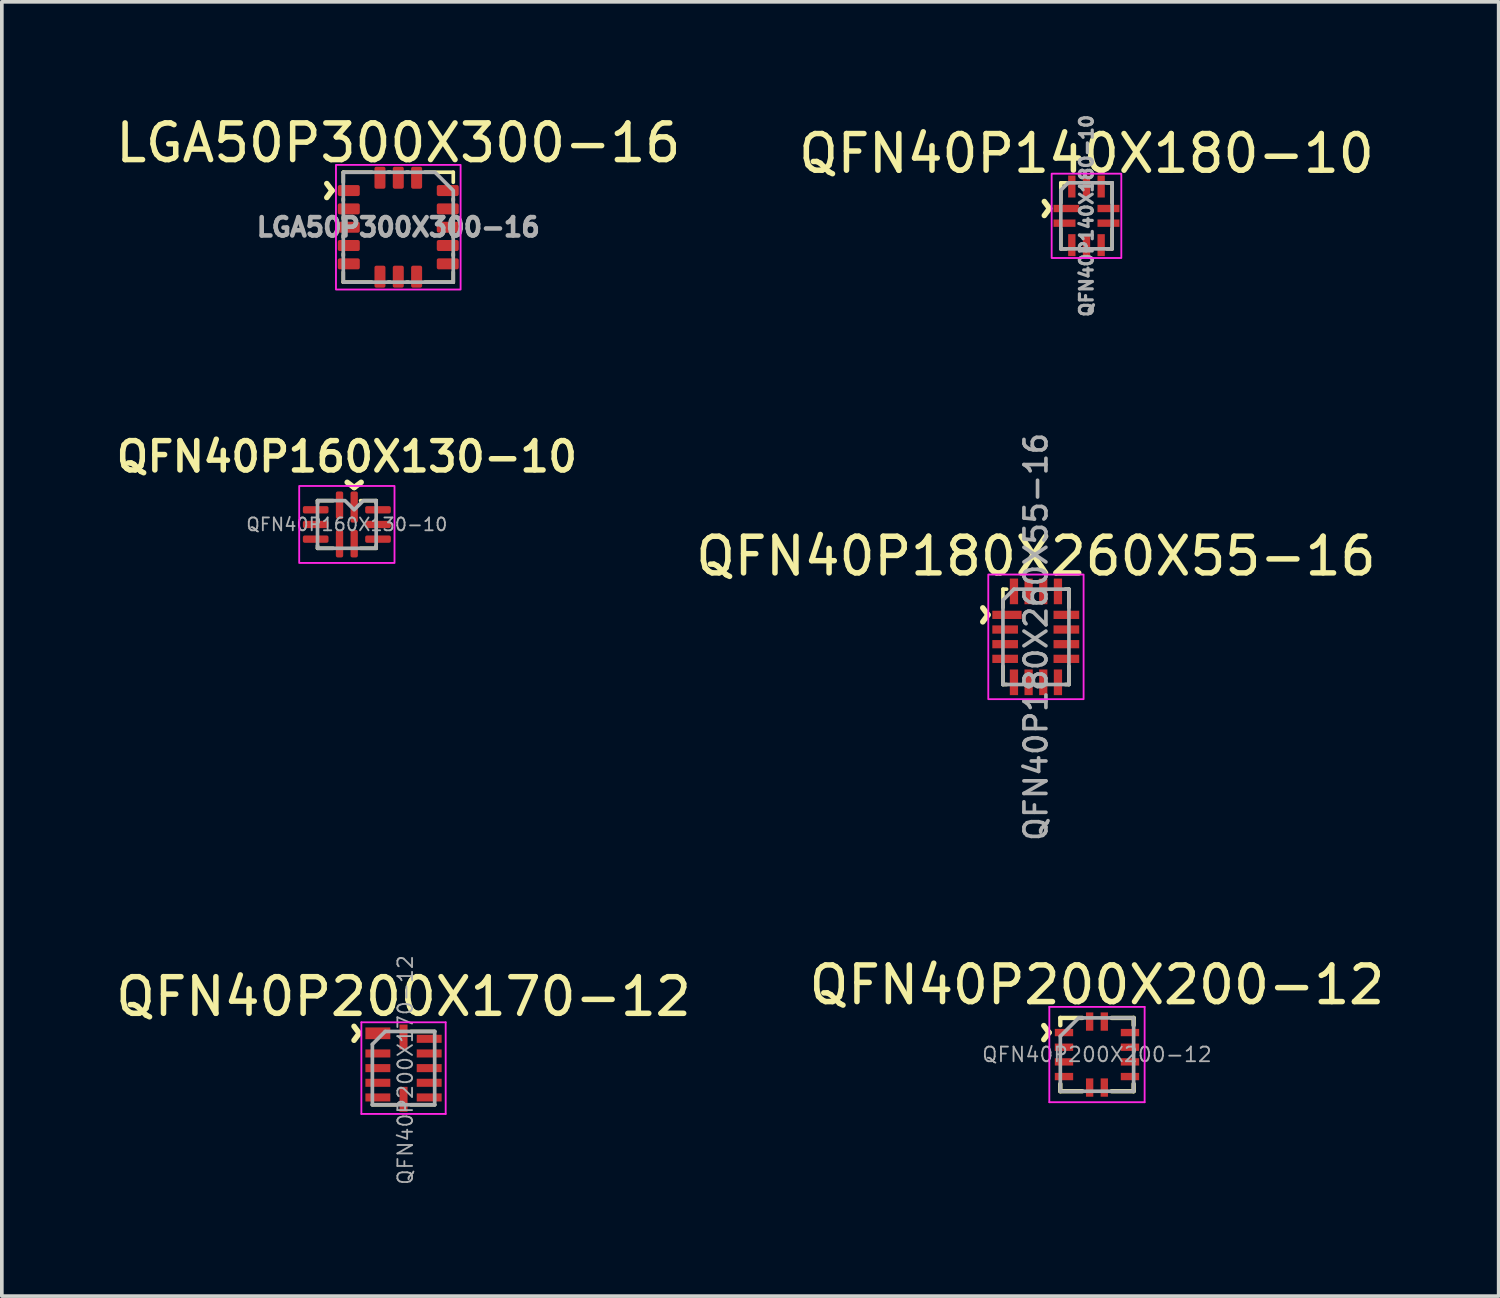
<source format=kicad_pcb>
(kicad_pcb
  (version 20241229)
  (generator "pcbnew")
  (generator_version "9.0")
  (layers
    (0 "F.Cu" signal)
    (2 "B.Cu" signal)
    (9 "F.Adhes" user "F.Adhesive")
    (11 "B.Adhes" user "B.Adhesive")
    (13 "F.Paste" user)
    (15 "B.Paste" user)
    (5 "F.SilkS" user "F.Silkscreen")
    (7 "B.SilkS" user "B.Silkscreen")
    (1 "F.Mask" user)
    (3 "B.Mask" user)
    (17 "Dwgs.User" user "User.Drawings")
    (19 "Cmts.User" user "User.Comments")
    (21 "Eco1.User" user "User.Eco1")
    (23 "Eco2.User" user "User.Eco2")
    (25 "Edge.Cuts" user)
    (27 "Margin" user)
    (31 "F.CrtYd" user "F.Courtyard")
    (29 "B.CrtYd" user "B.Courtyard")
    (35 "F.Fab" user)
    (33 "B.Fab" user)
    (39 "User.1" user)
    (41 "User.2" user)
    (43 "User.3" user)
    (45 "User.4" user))
  (footprint "QFN40P180X260X55-16"
    (layer "F.Cu")
    (at 25.21 14.323)
    (property "Reference" "QFN40P180X260X55-16" (at 0 -2.2 0) (layer "F.SilkS") (effects (font (size 1 1) (thickness 0.15))))
    (attr smd)
    (fp_line (start -0.9 -1.3) (end -0.9 -0.8) (stroke (width 0.1) (type solid)) (layer "F.SilkS"))
    (fp_line (start -0.9 -1.3) (end -0.8 -1.3) (stroke (width 0.1) (type solid)) (layer "F.SilkS"))
    (fp_line (start -0.9 0.8) (end -0.9 1.3) (stroke (width 0.1) (type solid)) (layer "F.SilkS"))
    (fp_line (start -0.9 1.3) (end -0.8 1.3) (stroke (width 0.1) (type solid)) (layer "F.SilkS"))
    (fp_line (start 0.8 1.3) (end 0.9 1.3) (stroke (width 0.1) (type solid)) (layer "F.SilkS"))
    (fp_line (start 0.9 -1.3) (end 0.8 -1.3) (stroke (width 0.1) (type solid)) (layer "F.SilkS"))
    (fp_line (start 0.9 -1.3) (end 0.9 -0.8) (stroke (width 0.1) (type solid)) (layer "F.SilkS"))
    (fp_line (start 0.9 1.3) (end 0.9 0.8) (stroke (width 0.1) (type solid)) (layer "F.SilkS"))
    (fp_rect (start -1.3 1.7) (end 1.3 -1.7) (stroke (width 0.05) (type solid)) (fill no) (layer "F.CrtYd"))
    (fp_line (start -0.9 -1) (end -0.6 -1.3) (stroke (width 0.1) (type solid)) (layer "F.Fab"))
    (fp_line (start -0.9 1.3) (end -0.9 -1) (stroke (width 0.1) (type solid)) (layer "F.Fab"))
    (fp_line (start -0.6 -1.3) (end 0.9 -1.3) (stroke (width 0.1) (type solid)) (layer "F.Fab"))
    (fp_line (start 0.9 -1.3) (end 0.9 1.3) (stroke (width 0.1) (type solid)) (layer "F.Fab"))
    (fp_line (start 0.9 1.3) (end -0.9 1.3) (stroke (width 0.1) (type solid)) (layer "F.Fab"))
    (fp_text user "^" (at -1.9 -0.6 270) (unlocked yes) (layer "F.SilkS") (effects (font (size 1 1) (thickness 0.15))))
    (fp_text user "${REFERENCE}" (at 0 0 90) (unlocked yes) (layer "F.Fab") (effects (font (size 0.6 0.6) (thickness 0.1))))
    (pad "1" smd rect (at -0.79 -0.6) (size 0.8 0.225) (layers "F.Cu" "F.Mask" "F.Paste"))
    (pad "2" smd rect (at -0.84 -0.2) (size 0.7 0.225) (layers "F.Cu" "F.Mask" "F.Paste"))
    (pad "3" smd rect (at -0.84 0.2) (size 0.7 0.225) (layers "F.Cu" "F.Mask" "F.Paste"))
    (pad "4" smd rect (at -0.84 0.6) (size 0.7 0.225) (layers "F.Cu" "F.Mask" "F.Paste"))
    (pad "5" smd rect (at -0.6 1.24 90) (size 0.7 0.225) (layers "F.Cu" "F.Mask" "F.Paste"))
    (pad "6" smd rect (at -0.2 1.24 90) (size 0.7 0.225) (layers "F.Cu" "F.Mask" "F.Paste"))
    (pad "7" smd rect (at 0.2 1.24 90) (size 0.7 0.225) (layers "F.Cu" "F.Mask" "F.Paste"))
    (pad "8" smd rect (at 0.6 1.24 90) (size 0.7 0.225) (layers "F.Cu" "F.Mask" "F.Paste"))
    (pad "9" smd rect (at 0.83 0.6) (size 0.7 0.225) (layers "F.Cu" "F.Mask" "F.Paste"))
    (pad "10" smd rect (at 0.83 0.2) (size 0.7 0.225) (layers "F.Cu" "F.Mask" "F.Paste"))
    (pad "11" smd rect (at 0.83 -0.2) (size 0.7 0.225) (layers "F.Cu" "F.Mask" "F.Paste"))
    (pad "12" smd rect (at 0.83 -0.6) (size 0.7 0.225) (layers "F.Cu" "F.Mask" "F.Paste"))
    (pad "13" smd rect (at 0.6 -1.24 90) (size 0.7 0.225) (layers "F.Cu" "F.Mask" "F.Paste"))
    (pad "14" smd rect (at 0.2 -1.24 90) (size 0.7 0.225) (layers "F.Cu" "F.Mask" "F.Paste"))
    (pad "15" smd rect (at -0.2 -1.24 90) (size 0.7 0.225) (layers "F.Cu" "F.Mask" "F.Paste"))
    (pad "16" smd rect (at -0.6 -1.24 90) (size 0.7 0.225) (layers "F.Cu" "F.Mask" "F.Paste")))
  (footprint "QFN40P140X180-10"
    (layer "F.Cu")
    (at 26.589 2.838)
    (property "Reference" "QFN40P140X180-10" (at 0 -1.7 0) (unlocked yes) (layer "F.SilkS") (effects (font (size 1 1) (thickness 0.15))))
    (fp_line (start -0.7 -0.9) (end -0.55 -0.9) (stroke (width 0.1) (type solid)) (layer "F.SilkS"))
    (fp_line (start -0.7 -0.35) (end -0.7 -0.9) (stroke (width 0.1) (type solid)) (layer "F.SilkS"))
    (fp_line (start -0.7 0.9) (end -0.7 0.35) (stroke (width 0.1) (type solid)) (layer "F.SilkS"))
    (fp_line (start -0.55 0.9) (end -0.7 0.9) (stroke (width 0.1) (type solid)) (layer "F.SilkS"))
    (fp_line (start 0.55 -0.9) (end 0.7 -0.9) (stroke (width 0.1) (type solid)) (layer "F.SilkS"))
    (fp_line (start 0.7 -0.9) (end 0.7 -0.35) (stroke (width 0.1) (type solid)) (layer "F.SilkS"))
    (fp_line (start 0.7 0.35) (end 0.7 0.9) (stroke (width 0.1) (type solid)) (layer "F.SilkS"))
    (fp_line (start 0.7 0.9) (end 0.55 0.9) (stroke (width 0.1) (type solid)) (layer "F.SilkS"))
    (fp_rect (start -0.95 -1.15) (end 0.95 1.15) (stroke (width 0.05) (type solid)) (fill no) (layer "F.CrtYd"))
    (fp_line (start -0.7 0.9) (end -0.7 -0.7) (stroke (width 0.1) (type solid)) (layer "F.Fab"))
    (fp_line (start -0.5 -0.9) (end -0.7 -0.7) (stroke (width 0.1) (type solid)) (layer "F.Fab"))
    (fp_line (start -0.5 -0.9) (end 0.7 -0.9) (stroke (width 0.1) (type solid)) (layer "F.Fab"))
    (fp_line (start 0.7 -0.9) (end 0.7 0.9) (stroke (width 0.1) (type solid)) (layer "F.Fab"))
    (fp_line (start 0.7 0.9) (end -0.7 0.9) (stroke (width 0.1) (type solid)) (layer "F.Fab"))
    (fp_text user "^" (at -1.6 -0.2 270) (unlocked yes) (layer "F.SilkS") (effects (font (size 1 1) (thickness 0.15))))
    (fp_text user "${REFERENCE}" (at 0 0 90) (unlocked yes) (layer "F.Fab") (effects (font (size 0.35 0.35) (thickness 0.087))))
    (pad "1" smd rect (at -0.55 -0.2) (size 0.7 0.2) (layers "F.Cu" "F.Mask" "F.Paste"))
    (pad "2" smd rect (at -0.6 0.2) (size 0.6 0.2) (layers "F.Cu" "F.Mask" "F.Paste"))
    (pad "3" smd rect (at -0.4 0.8 90) (size 0.6 0.2) (layers "F.Cu" "F.Mask" "F.Paste"))
    (pad "4" smd rect (at 0 0.8 90) (size 0.6 0.2) (layers "F.Cu" "F.Mask" "F.Paste"))
    (pad "5" smd rect (at 0.4 0.8 90) (size 0.6 0.2) (layers "F.Cu" "F.Mask" "F.Paste"))
    (pad "6" smd rect (at 0.6 0.2 180) (size 0.6 0.2) (layers "F.Cu" "F.Mask" "F.Paste"))
    (pad "7" smd rect (at 0.6 -0.2 180) (size 0.6 0.2) (layers "F.Cu" "F.Mask" "F.Paste"))
    (pad "8" smd rect (at 0.4 -0.8 270) (size 0.6 0.2) (layers "F.Cu" "F.Mask" "F.Paste"))
    (pad "9" smd rect (at 0 -0.8 270) (size 0.6 0.2) (layers "F.Cu" "F.Mask" "F.Paste"))
    (pad "10" smd rect (at -0.4 -0.8 270) (size 0.6 0.2) (layers "F.Cu" "F.Mask" "F.Paste")))
  (footprint "QFN40P160X130-10"
    (layer "F.Cu")
    (at 6.412 11.257)
    (property "Reference" "QFN40P160X130-10" (at 0 -1.85 0) (layer "F.SilkS") (effects (font (size 0.8 0.8) (thickness 0.15))))
    (attr smd)
    (fp_line (start -0.8 -0.65) (end -0.8 -0.575) (stroke (width 0.1) (type solid)) (layer "F.SilkS"))
    (fp_line (start -0.8 0.65) (end -0.8 0.575) (stroke (width 0.1) (type solid)) (layer "F.SilkS"))
    (fp_line (start -0.8 0.65) (end -0.375 0.65) (stroke (width 0.1) (type solid)) (layer "F.SilkS"))
    (fp_line (start -0.375 -0.65) (end -0.8 -0.65) (stroke (width 0.1) (type solid)) (layer "F.SilkS"))
    (fp_line (start 0.375 0.65) (end 0.8 0.65) (stroke (width 0.1) (type solid)) (layer "F.SilkS"))
    (fp_line (start 0.8 -0.65) (end 0.375 -0.65) (stroke (width 0.1) (type solid)) (layer "F.SilkS"))
    (fp_line (start 0.8 -0.575) (end 0.8 -0.65) (stroke (width 0.1) (type solid)) (layer "F.SilkS"))
    (fp_line (start 0.8 0.65) (end 0.8 0.575) (stroke (width 0.1) (type solid)) (layer "F.SilkS"))
    (fp_rect (start -1.3 -1.05) (end 1.3 1.05) (stroke (width 0.05) (type solid)) (fill no) (layer "F.CrtYd"))
    (fp_poly (pts (xy 0.45 -0.65) (xy 0.2 -0.4) (xy -0.05 -0.65) (xy -0.8 -0.65) (xy -0.8 0.65) (xy 0.8 0.65) (xy 0.8 -0.65)) (stroke (width 0.1) (type solid)) (fill no) (layer "F.Fab"))
    (fp_text user "^" (at 0.2 -1.6 180) (unlocked yes) (layer "F.SilkS") (effects (font (size 1 1) (thickness 0.15))))
    (fp_text user "${REFERENCE}" (at 0 0 0) (layer "F.Fab") (effects (font (size 0.35 0.35) (thickness 0.05))))
    (pad "1" smd roundrect (at 0.2 -0.475) (size 0.2 0.85) (layers "F.Cu" "F.Mask" "F.Paste") (roundrect_rratio 0.25))
    (pad "2" smd roundrect (at -0.2 -0.525 180) (size 0.2 0.75) (layers "F.Cu" "F.Mask" "F.Paste") (roundrect_rratio 0.25))
    (pad "3" smd roundrect (at -0.8 -0.4 90) (size 0.2 0.7) (drill (offset 0 -0.05)) (layers "F.Cu" "F.Mask" "F.Paste") (roundrect_rratio 0.25))
    (pad "4" smd roundrect (at -0.8 0 90) (size 0.2 0.7) (drill (offset 0 -0.05)) (layers "F.Cu" "F.Mask" "F.Paste") (roundrect_rratio 0.25))
    (pad "5" smd roundrect (at -0.8 0.4 90) (size 0.2 0.7) (drill (offset 0 -0.05)) (layers "F.Cu" "F.Mask" "F.Paste") (roundrect_rratio 0.25))
    (pad "6" smd roundrect (at -0.2 0.525 180) (size 0.2 0.75) (layers "F.Cu" "F.Mask" "F.Paste") (roundrect_rratio 0.25))
    (pad "7" smd roundrect (at 0.2 0.525 180) (size 0.2 0.75) (layers "F.Cu" "F.Mask" "F.Paste") (roundrect_rratio 0.25))
    (pad "8" smd roundrect (at 0.9 0.4 90) (size 0.2 0.7) (drill (offset 0 -0.05)) (layers "F.Cu" "F.Mask" "F.Paste") (roundrect_rratio 0.25))
    (pad "9" smd roundrect (at 0.9 0 90) (size 0.2 0.7) (drill (offset 0 -0.05)) (layers "F.Cu" "F.Mask" "F.Paste") (roundrect_rratio 0.25))
    (pad "10" smd roundrect (at 0.9 -0.4 90) (size 0.2 0.7) (drill (offset 0 -0.05)) (layers "F.Cu" "F.Mask" "F.Paste") (roundrect_rratio 0.25)))
  (footprint "QFN40P200X170-12"
    (layer "F.Cu")
    (at 7.958 26.088)
    (property "Reference" "QFN40P200X170-12" (at 0 -1.95 0) (unlocked yes) (layer "F.SilkS") (effects (font (size 1 1) (thickness 0.15))))
    (fp_line (start -0.2 1) (end -0.85 1) (stroke (width 0.1) (type solid)) (layer "F.SilkS"))
    (fp_line (start 0.85 -1) (end 0.2 -1) (stroke (width 0.1) (type solid)) (layer "F.SilkS"))
    (fp_line (start 0.85 1) (end 0.2 1) (stroke (width 0.1) (type solid)) (layer "F.SilkS"))
    (fp_line (start -1.15 -1.25) (end 1.15 -1.25) (stroke (width 0.05) (type solid)) (layer "F.CrtYd"))
    (fp_line (start -1.15 1.25) (end -1.15 -1.25) (stroke (width 0.05) (type solid)) (layer "F.CrtYd"))
    (fp_line (start 1.15 -1.25) (end 1.15 1.25) (stroke (width 0.05) (type solid)) (layer "F.CrtYd"))
    (fp_line (start 1.15 1.25) (end -1.15 1.25) (stroke (width 0.05) (type solid)) (layer "F.CrtYd"))
    (fp_line (start -0.85 -0.65) (end -0.5 -1) (stroke (width 0.1) (type solid)) (layer "F.Fab"))
    (fp_line (start -0.85 1) (end -0.85 -0.65) (stroke (width 0.1) (type solid)) (layer "F.Fab"))
    (fp_line (start -0.5 -1) (end 0.85 -1) (stroke (width 0.1) (type solid)) (layer "F.Fab"))
    (fp_line (start 0.85 -1) (end 0.85 1) (stroke (width 0.1) (type solid)) (layer "F.Fab"))
    (fp_line (start 0.85 1) (end -0.85 1) (stroke (width 0.1) (type solid)) (layer "F.Fab"))
    (fp_text user "^" (at -1.8 -0.95 270) (unlocked yes) (layer "F.SilkS") (effects (font (size 1 1) (thickness 0.15))))
    (fp_text user "${REFERENCE}" (at 0.05 0.05 90) (unlocked yes) (layer "F.Fab") (effects (font (size 0.4 0.4) (thickness 0.05))))
    (pad "1" smd rect (at -0.7 -0.95 270) (size 0.32 0.68) (layers "F.Cu" "F.Mask" "F.Paste"))
    (pad "2" smd rect (at -0.7 -0.4 90) (size 0.22 0.68) (layers "F.Cu" "F.Mask" "F.Paste"))
    (pad "3" smd rect (at -0.7 0 90) (size 0.22 0.68) (layers "F.Cu" "F.Mask" "F.Paste"))
    (pad "4" smd rect (at -0.7 0.4 90) (size 0.22 0.68) (layers "F.Cu" "F.Mask" "F.Paste"))
    (pad "5" smd rect (at -0.7 0.8 90) (size 0.22 0.68) (layers "F.Cu" "F.Mask" "F.Paste"))
    (pad "6" smd rect (at 0 0.85 180) (size 0.22 0.68) (layers "F.Cu" "F.Mask" "F.Paste"))
    (pad "7" smd rect (at 0.7 0.8 90) (size 0.22 0.68) (layers "F.Cu" "F.Mask" "F.Paste"))
    (pad "8" smd rect (at 0.7 0.4 90) (size 0.22 0.68) (layers "F.Cu" "F.Mask" "F.Paste"))
    (pad "9" smd rect (at 0.7 0 90) (size 0.22 0.68) (layers "F.Cu" "F.Mask" "F.Paste"))
    (pad "10" smd rect (at 0.7 -0.4 90) (size 0.22 0.68) (layers "F.Cu" "F.Mask" "F.Paste"))
    (pad "11" smd rect (at 0.7 -0.8 90) (size 0.22 0.68) (layers "F.Cu" "F.Mask" "F.Paste"))
    (pad "12" smd rect (at 0 -0.85 180) (size 0.22 0.68) (layers "F.Cu" "F.Mask" "F.Paste")))
  (footprint "QFN40P200X200-12"
    (layer "F.Cu")
    (at 26.875 25.718)
    (property "Reference" "QFN40P200X200-12" (at 0 -1.9 0) (layer "F.SilkS") (effects (font (size 1 1) (thickness 0.15))))
    (attr smd)
    (fp_line (start -1 -1) (end -0.4 -1) (stroke (width 0.12) (type solid)) (layer "F.SilkS"))
    (fp_line (start -1 -0.8) (end -1 -1) (stroke (width 0.12) (type solid)) (layer "F.SilkS"))
    (fp_line (start -1 1) (end -1 0.8) (stroke (width 0.12) (type solid)) (layer "F.SilkS"))
    (fp_line (start -0.4 1) (end -1 1) (stroke (width 0.12) (type solid)) (layer "F.SilkS"))
    (fp_line (start 0.4 -1) (end 1 -1) (stroke (width 0.12) (type solid)) (layer "F.SilkS"))
    (fp_line (start 0.4 1) (end 1 1) (stroke (width 0.12) (type solid)) (layer "F.SilkS"))
    (fp_line (start 1 -1) (end 1 -0.8) (stroke (width 0.12) (type solid)) (layer "F.SilkS"))
    (fp_line (start 1 1) (end 1 0.8) (stroke (width 0.12) (type solid)) (layer "F.SilkS"))
    (fp_line (start -1.3 -1.3) (end 1.3 -1.3) (stroke (width 0.05) (type solid)) (layer "F.CrtYd"))
    (fp_line (start -1.3 1.3) (end -1.3 -1.3) (stroke (width 0.05) (type solid)) (layer "F.CrtYd"))
    (fp_line (start 1.3 -1.3) (end 1.3 1.3) (stroke (width 0.05) (type solid)) (layer "F.CrtYd"))
    (fp_line (start 1.3 1.3) (end -1.3 1.3) (stroke (width 0.05) (type solid)) (layer "F.CrtYd"))
    (fp_line (start -1 -0.5) (end -1 1) (stroke (width 0.1) (type solid)) (layer "F.Fab"))
    (fp_line (start -1 1) (end 1 1) (stroke (width 0.1) (type solid)) (layer "F.Fab"))
    (fp_line (start -0.5 -1) (end -1 -0.5) (stroke (width 0.1) (type solid)) (layer "F.Fab"))
    (fp_line (start 1 -1) (end -0.5 -1) (stroke (width 0.1) (type solid)) (layer "F.Fab"))
    (fp_line (start 1 1) (end 1 -1) (stroke (width 0.1) (type solid)) (layer "F.Fab"))
    (fp_text user "^" (at -1.9 -0.6 270) (unlocked yes) (layer "F.SilkS") (effects (font (size 1 1) (thickness 0.15))))
    (fp_text user "${REFERENCE}" (at 0 0 0) (unlocked yes) (layer "F.Fab") (effects (font (size 0.4 0.4) (thickness 0.05))))
    (pad "1" smd rect (at -0.9 -0.6 90) (size 0.2 0.5) (layers "F.Cu" "F.Mask" "F.Paste"))
    (pad "2" smd rect (at -0.9 -0.2 90) (size 0.2 0.5) (layers "F.Cu" "F.Mask" "F.Paste"))
    (pad "3" smd rect (at -0.9 0.2 90) (size 0.2 0.5) (layers "F.Cu" "F.Mask" "F.Paste"))
    (pad "4" smd rect (at -0.9 0.6 90) (size 0.2 0.5) (layers "F.Cu" "F.Mask" "F.Paste"))
    (pad "5" smd rect (at -0.2 0.9) (size 0.2 0.5) (layers "F.Cu" "F.Mask" "F.Paste"))
    (pad "6" smd rect (at 0.2 0.9) (size 0.2 0.5) (layers "F.Cu" "F.Mask" "F.Paste"))
    (pad "7" smd rect (at 0.9 0.6 90) (size 0.2 0.5) (layers "F.Cu" "F.Mask" "F.Paste"))
    (pad "8" smd rect (at 0.9 0.2 90) (size 0.2 0.5) (layers "F.Cu" "F.Mask" "F.Paste"))
    (pad "9" smd rect (at 0.9 -0.2 90) (size 0.2 0.5) (layers "F.Cu" "F.Mask" "F.Paste"))
    (pad "10" smd rect (at 0.9 -0.6 90) (size 0.2 0.5) (layers "F.Cu" "F.Mask" "F.Paste"))
    (pad "11" smd rect (at 0.2 -0.9) (size 0.2 0.5) (layers "F.Cu" "F.Mask" "F.Paste"))
    (pad "12" smd rect (at -0.2 -0.9) (size 0.2 0.5) (layers "F.Cu" "F.Mask" "F.Paste")))
  (footprint "LGA50P300X300-16"
    (layer "F.Cu")
    (at 7.815 3.148)
    (property "Reference" "LGA50P300X300-16" (at 0 -2.3 0) (unlocked yes) (layer "F.SilkS") (effects (font (size 1 1) (thickness 0.15))))
    (attr smd)
    (fp_line (start -1.5 1.5) (end -1.5 1.225) (stroke (width 0.1) (type default)) (layer "F.SilkS"))
    (fp_line (start -1.5 -1.5) (end -1.5 -1.225) (stroke (width 0.1) (type default)) (layer "F.SilkS"))
    (fp_line (start -1.5 -0.775) (end -1.5 -0.725) (stroke (width 0.1) (type default)) (layer "F.SilkS"))
    (fp_line (start -1.5 -0.275) (end -1.5 -0.225) (stroke (width 0.1) (type default)) (layer "F.SilkS"))
    (fp_line (start -1.5 0.225) (end -1.5 0.275) (stroke (width 0.1) (type default)) (layer "F.SilkS"))
    (fp_line (start -1.5 0.725) (end -1.5 0.775) (stroke (width 0.1) (type default)) (layer "F.SilkS"))
    (fp_line (start -0.725 -1.5) (end -1.5 -1.5) (stroke (width 0.1) (type default)) (layer "F.SilkS"))
    (fp_line (start -0.725 1.5) (end -1.5 1.5) (stroke (width 0.1) (type default)) (layer "F.SilkS"))
    (fp_line (start -0.275 -1.5) (end -0.225 -1.5) (stroke (width 0.1) (type default)) (layer "F.SilkS"))
    (fp_line (start -0.275 1.5) (end -0.225 1.5) (stroke (width 0.1) (type default)) (layer "F.SilkS"))
    (fp_line (start 0.225 -1.5) (end 0.275 -1.5) (stroke (width 0.1) (type default)) (layer "F.SilkS"))
    (fp_line (start 0.225 1.5) (end 0.275 1.5) (stroke (width 0.1) (type default)) (layer "F.SilkS"))
    (fp_line (start 0.725 -1.5) (end 1.5 -1.5) (stroke (width 0.1) (type default)) (layer "F.SilkS"))
    (fp_line (start 0.725 1.5) (end 1.5 1.5) (stroke (width 0.1) (type default)) (layer "F.SilkS"))
    (fp_line (start 1.5 -1.5) (end 1.5 -1.225) (stroke (width 0.1) (type default)) (layer "F.SilkS"))
    (fp_line (start 1.5 -0.775) (end 1.5 -0.725) (stroke (width 0.1) (type default)) (layer "F.SilkS"))
    (fp_line (start 1.5 -0.275) (end 1.5 -0.225) (stroke (width 0.1) (type default)) (layer "F.SilkS"))
    (fp_line (start 1.5 0.225) (end 1.5 0.275) (stroke (width 0.1) (type default)) (layer "F.SilkS"))
    (fp_line (start 1.5 0.725) (end 1.5 0.775) (stroke (width 0.1) (type default)) (layer "F.SilkS"))
    (fp_line (start 1.5 1.5) (end 1.5 1.225) (stroke (width 0.1) (type default)) (layer "F.SilkS"))
    (fp_rect (start -1.7 -1.7) (end 1.7 1.7) (stroke (width 0.05) (type default)) (fill no) (layer "F.CrtYd"))
    (fp_poly (pts (xy -1.5 -1.5) (xy 1 -1.5) (xy 1.5 -1) (xy 1.5 1.5) (xy -1.5 1.5)) (stroke (width 0.1) (type solid)) (fill no) (layer "F.Fab"))
    (fp_text user "^" (at -2.4 -1 270) (unlocked yes) (layer "F.SilkS") (effects (font (size 1 1) (thickness 0.15))))
    (fp_text user "${REFERENCE}" (at 0 0 0) (unlocked yes) (layer "F.Fab") (effects (font (size 0.5 0.5) (thickness 0.125))))
    (pad "1" smd roundrect (at -1.35 -1) (size 0.6 0.3) (layers "F.Cu" "F.Mask" "F.Paste") (roundrect_rratio 0.167))
    (pad "2" smd roundrect (at -1.35 -0.5) (size 0.6 0.3) (layers "F.Cu" "F.Mask" "F.Paste") (roundrect_rratio 0.167))
    (pad "3" smd roundrect (at -1.35 0) (size 0.6 0.3) (layers "F.Cu" "F.Mask" "F.Paste") (roundrect_rratio 0.167))
    (pad "4" smd roundrect (at -1.35 0.5) (size 0.6 0.3) (layers "F.Cu" "F.Mask" "F.Paste") (roundrect_rratio 0.167))
    (pad "5" smd roundrect (at -1.35 1) (size 0.6 0.3) (layers "F.Cu" "F.Mask" "F.Paste") (roundrect_rratio 0.167))
    (pad "6" smd roundrect (at -0.5 1.35 270) (size 0.6 0.3) (layers "F.Cu" "F.Mask" "F.Paste") (roundrect_rratio 0.167))
    (pad "7" smd roundrect (at 0 1.35 270) (size 0.6 0.3) (layers "F.Cu" "F.Mask" "F.Paste") (roundrect_rratio 0.167))
    (pad "8" smd roundrect (at 0.5 1.35 270) (size 0.6 0.3) (layers "F.Cu" "F.Mask" "F.Paste") (roundrect_rratio 0.167))
    (pad "9" smd roundrect (at 1.35 1) (size 0.6 0.3) (layers "F.Cu" "F.Mask" "F.Paste") (roundrect_rratio 0.167))
    (pad "10" smd roundrect (at 1.35 0.5) (size 0.6 0.3) (layers "F.Cu" "F.Mask" "F.Paste") (roundrect_rratio 0.167))
    (pad "11" smd roundrect (at 1.35 0) (size 0.6 0.3) (layers "F.Cu" "F.Mask" "F.Paste") (roundrect_rratio 0.167))
    (pad "12" smd roundrect (at 1.35 -0.5) (size 0.6 0.3) (layers "F.Cu" "F.Mask" "F.Paste") (roundrect_rratio 0.167))
    (pad "13" smd roundrect (at 1.35 -1) (size 0.6 0.3) (layers "F.Cu" "F.Mask" "F.Paste") (roundrect_rratio 0.167))
    (pad "14" smd roundrect (at 0.5 -1.35 270) (size 0.6 0.3) (layers "F.Cu" "F.Mask" "F.Paste") (roundrect_rratio 0.167))
    (pad "15" smd roundrect (at 0 -1.35 270) (size 0.6 0.3) (layers "F.Cu" "F.Mask" "F.Paste") (roundrect_rratio 0.167))
    (pad "16" smd roundrect (at -0.5 -1.35 270) (size 0.6 0.3) (layers "F.Cu" "F.Mask" "F.Paste") (roundrect_rratio 0.167)))
  (gr_rect
    (start -3 -3)
    (end 37.833 32.307)
    (stroke (width 0.1) (type default))
    (fill no)
    (layer "Edge.Cuts")))
</source>
